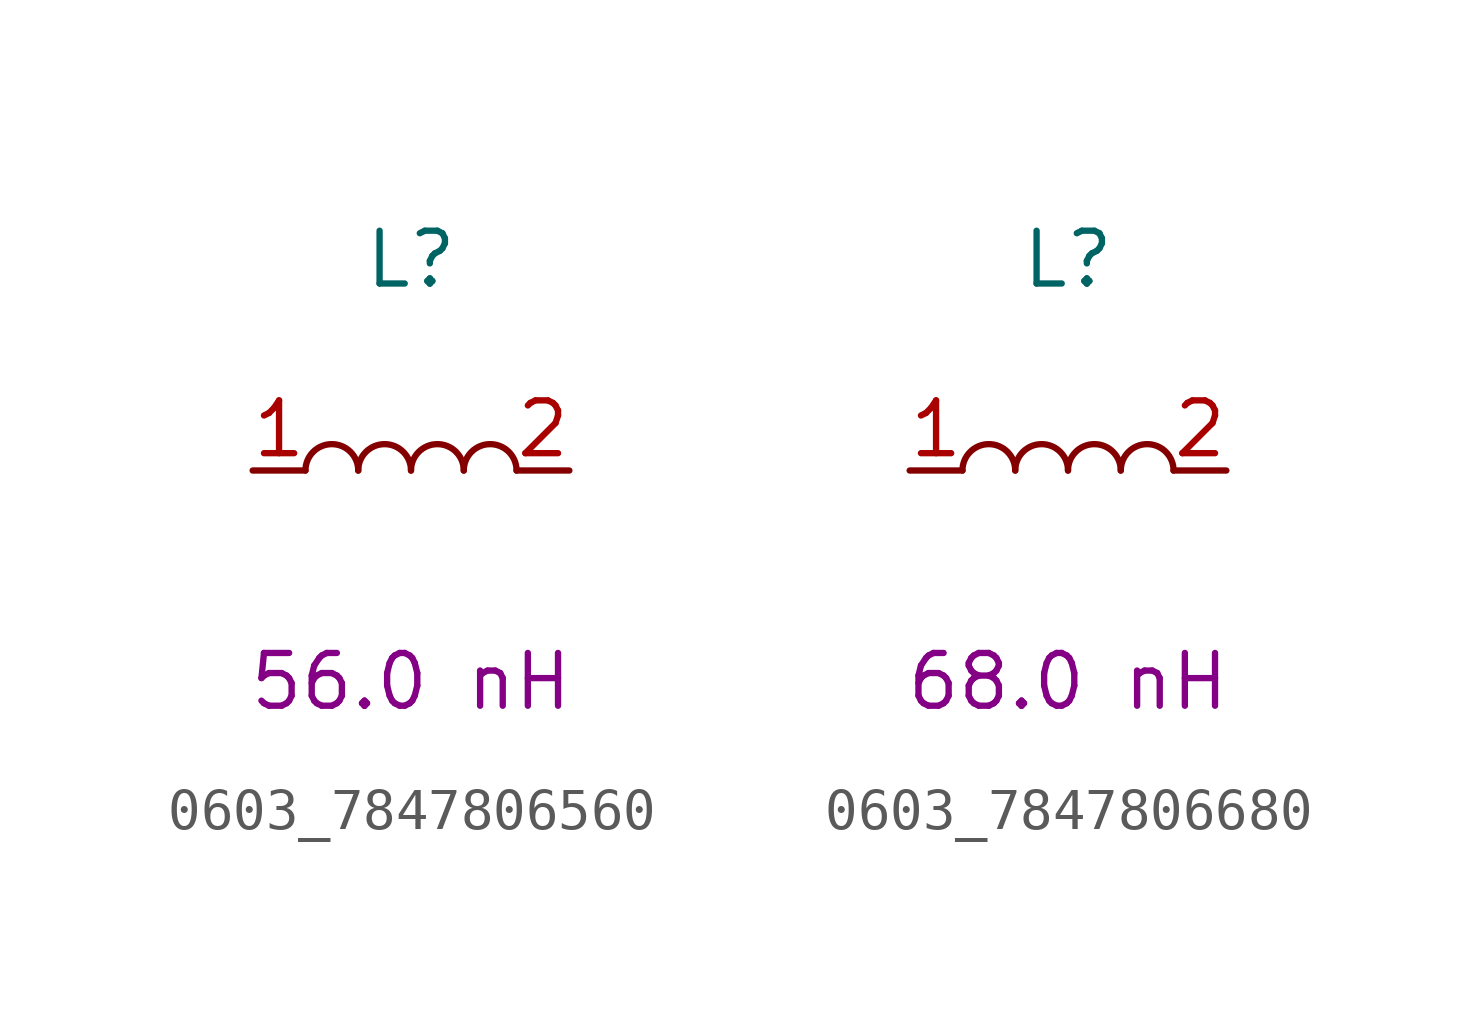
<source format=kicad_sym>
(kicad_symbol_lib
  (version 20220914)
  (generator kicad_symbol_editor)
  (symbol "0603_7847806560"
    (pin_names hide)
    (property "Reference" "L"
      (at 0 5.08 0)
      (effects (font (size 1.27 1.27))))
    (property "Critical Parameter" "56.0 nH"
      (at 0 -5.08 0)
      (effects (font (size 1.27 1.27))))
    (symbol "0603_7847806560_0_1"
      (arc (start -1.27 0) (mid -1.905 0.6323) (end -2.54 0) (stroke (width 0) (type default)) (fill (type none)))
      (arc (start 0 0) (mid -0.635 0.6323) (end -1.27 0) (stroke (width 0) (type default)) (fill (type none)))
      (arc (start 1.27 0) (mid 0.635 0.6323) (end 0 0) (stroke (width 0) (type default)) (fill (type none)))
      (arc (start 2.54 0) (mid 1.905 0.6323) (end 1.27 0) (stroke (width 0) (type default)) (fill (type none))))
    (symbol "0603_7847806560_1_1"
      (pin passive line (at -3.81 0 0) (length 1.27) (name "1" (effects (font (size 1.27 1.27)))) (number "1" (effects (font (size 1.27 1.27)))))
      (pin passive line (at 3.81 0 180) (length 1.27) (name "2" (effects (font (size 1.27 1.27)))) (number "2" (effects (font (size 1.27 1.27)))))))
  (symbol "0603_7847806680"
    (pin_names hide)
    (property "Reference" "L"
      (at 0 5.08 0)
      (effects (font (size 1.27 1.27))))
    (property "Critical Parameter" "68.0 nH"
      (at 0 -5.08 0)
      (effects (font (size 1.27 1.27))))
    (symbol "0603_7847806680_0_1"
      (arc (start -1.27 0) (mid -1.905 0.6323) (end -2.54 0) (stroke (width 0) (type default)) (fill (type none)))
      (arc (start 0 0) (mid -0.635 0.6323) (end -1.27 0) (stroke (width 0) (type default)) (fill (type none)))
      (arc (start 1.27 0) (mid 0.635 0.6323) (end 0 0) (stroke (width 0) (type default)) (fill (type none)))
      (arc (start 2.54 0) (mid 1.905 0.6323) (end 1.27 0) (stroke (width 0) (type default)) (fill (type none))))
    (symbol "0603_7847806680_1_1"
      (pin passive line (at -3.81 0 0) (length 1.27) (name "1" (effects (font (size 1.27 1.27)))) (number "1" (effects (font (size 1.27 1.27)))))
      (pin passive line (at 3.81 0 180) (length 1.27) (name "2" (effects (font (size 1.27 1.27)))) (number "2" (effects (font (size 1.27 1.27))))))))
</source>
